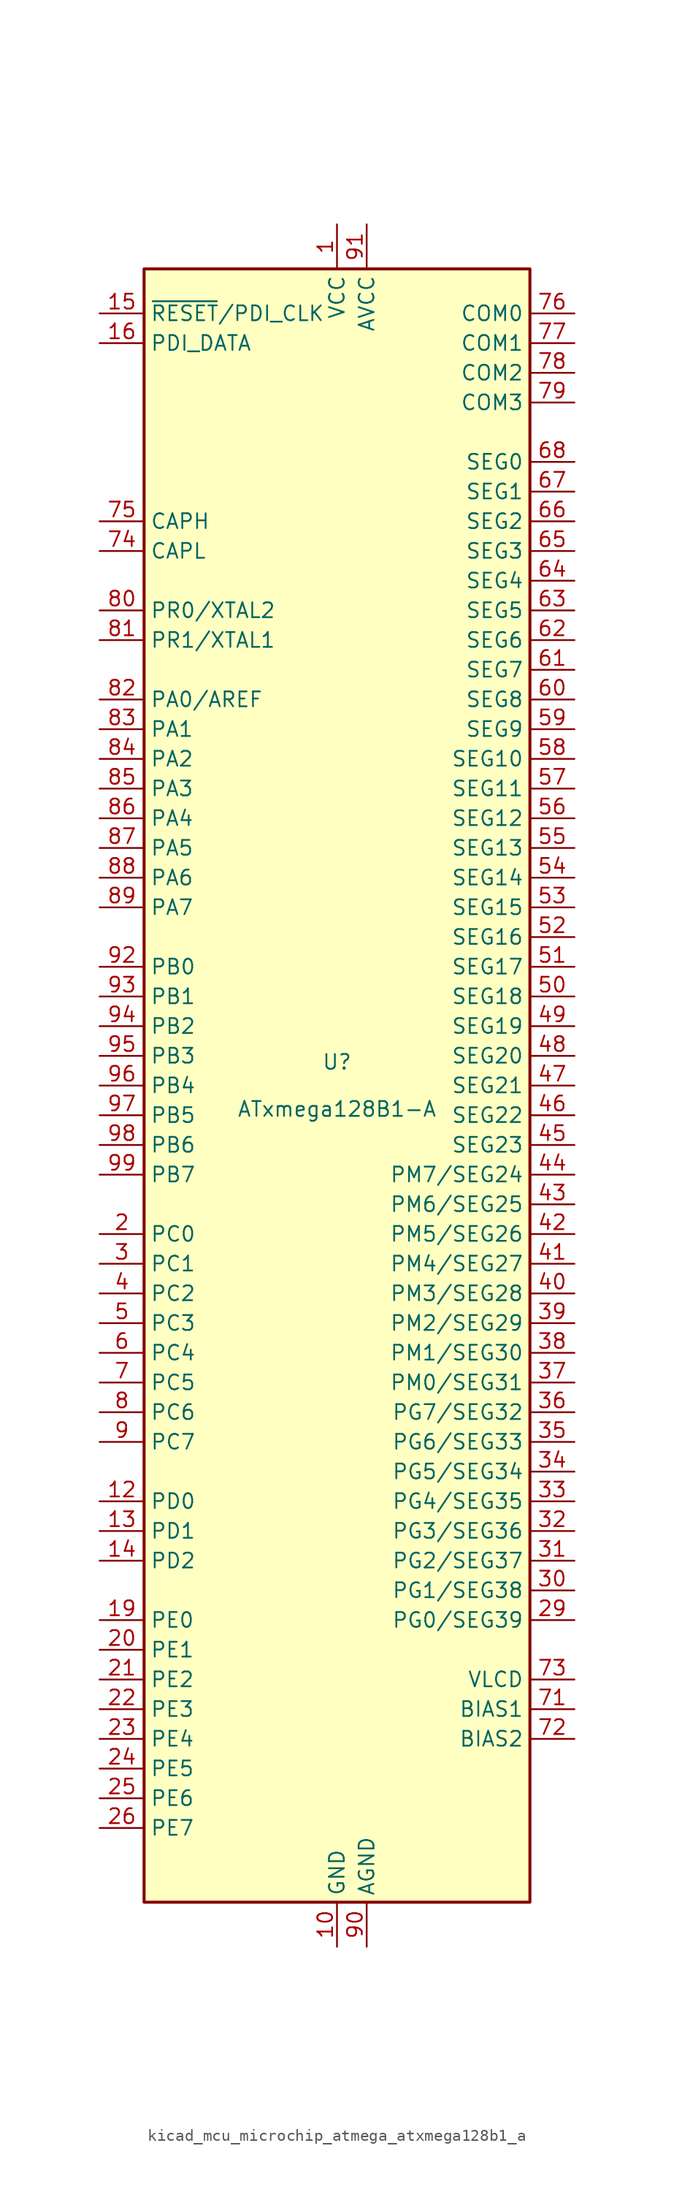
<source format=kicad_sym>
(kicad_symbol_lib
  (version 20220914)
  (generator kicad_symbol_editor)
  (symbol "kicad_mcu_microchip_atmega_atxmega128b1_a"
    (property "Reference" "U"
      (at 0 1.27 0)
      (effects (font (size 1.27 1.27)) (justify bottom)))
    (property "Value" "ATxmega128B1-A"
      (at 0 -1.27 0)
      (effects (font (size 1.27 1.27)) (justify top)))
    (symbol "kicad_mcu_microchip_atmega_atxmega128b1_a_0_1"
      (rectangle (start -16.51 -69.85) (end 16.51 69.85) (stroke (width 0.254) (type default)) (fill (type background))))
    (symbol "kicad_mcu_microchip_atmega_atxmega128b1_a_1_1"
      (pin power_in line (at 0 73.66 270) (length 3.81) (name "VCC" (effects (font (size 1.27 1.27)))) (number "1" (effects (font (size 1.27 1.27)))))
      (pin power_in line (at 0 -73.66 90) (length 3.81) (name "GND" (effects (font (size 1.27 1.27)))) (number "10" (effects (font (size 1.27 1.27)))))
      (pin passive line (at 0 -73.66 90) (length 3.81) hide (name "GND" (effects (font (size 1.27 1.27)))) (number "100" (effects (font (size 1.27 1.27)))))
      (pin passive line (at 0 73.66 270) (length 3.81) hide (name "VCC" (effects (font (size 1.27 1.27)))) (number "11" (effects (font (size 1.27 1.27)))))
      (pin bidirectional line (at -20.32 -35.56 0) (length 3.81) (name "PD0" (effects (font (size 1.27 1.27)))) (number "12" (effects (font (size 1.27 1.27)))))
      (pin bidirectional line (at -20.32 -38.1 0) (length 3.81) (name "PD1" (effects (font (size 1.27 1.27)))) (number "13" (effects (font (size 1.27 1.27)))))
      (pin bidirectional line (at -20.32 -40.64 0) (length 3.81) (name "PD2" (effects (font (size 1.27 1.27)))) (number "14" (effects (font (size 1.27 1.27)))))
      (pin input line (at -20.32 66.04 0) (length 3.81) (name "~{RESET}/PDI_CLK" (effects (font (size 1.27 1.27)))) (number "15" (effects (font (size 1.27 1.27)))))
      (pin bidirectional line (at -20.32 63.5 0) (length 3.81) (name "PDI_DATA" (effects (font (size 1.27 1.27)))) (number "16" (effects (font (size 1.27 1.27)))))
      (pin passive line (at 0 -73.66 90) (length 3.81) hide (name "GND" (effects (font (size 1.27 1.27)))) (number "17" (effects (font (size 1.27 1.27)))))
      (pin passive line (at 0 73.66 270) (length 3.81) hide (name "VCC" (effects (font (size 1.27 1.27)))) (number "18" (effects (font (size 1.27 1.27)))))
      (pin bidirectional line (at -20.32 -45.72 0) (length 3.81) (name "PE0" (effects (font (size 1.27 1.27)))) (number "19" (effects (font (size 1.27 1.27)))))
      (pin bidirectional line (at -20.32 -12.7 0) (length 3.81) (name "PC0" (effects (font (size 1.27 1.27)))) (number "2" (effects (font (size 1.27 1.27)))))
      (pin bidirectional line (at -20.32 -48.26 0) (length 3.81) (name "PE1" (effects (font (size 1.27 1.27)))) (number "20" (effects (font (size 1.27 1.27)))))
      (pin bidirectional line (at -20.32 -50.8 0) (length 3.81) (name "PE2" (effects (font (size 1.27 1.27)))) (number "21" (effects (font (size 1.27 1.27)))))
      (pin bidirectional line (at -20.32 -53.34 0) (length 3.81) (name "PE3" (effects (font (size 1.27 1.27)))) (number "22" (effects (font (size 1.27 1.27)))))
      (pin bidirectional line (at -20.32 -55.88 0) (length 3.81) (name "PE4" (effects (font (size 1.27 1.27)))) (number "23" (effects (font (size 1.27 1.27)))))
      (pin bidirectional line (at -20.32 -58.42 0) (length 3.81) (name "PE5" (effects (font (size 1.27 1.27)))) (number "24" (effects (font (size 1.27 1.27)))))
      (pin bidirectional line (at -20.32 -60.96 0) (length 3.81) (name "PE6" (effects (font (size 1.27 1.27)))) (number "25" (effects (font (size 1.27 1.27)))))
      (pin bidirectional line (at -20.32 -63.5 0) (length 3.81) (name "PE7" (effects (font (size 1.27 1.27)))) (number "26" (effects (font (size 1.27 1.27)))))
      (pin passive line (at 0 -73.66 90) (length 3.81) hide (name "GND" (effects (font (size 1.27 1.27)))) (number "27" (effects (font (size 1.27 1.27)))))
      (pin passive line (at 0 73.66 270) (length 3.81) hide (name "VCC" (effects (font (size 1.27 1.27)))) (number "28" (effects (font (size 1.27 1.27)))))
      (pin bidirectional line (at 20.32 -45.72 180) (length 3.81) (name "PG0/SEG39" (effects (font (size 1.27 1.27)))) (number "29" (effects (font (size 1.27 1.27)))))
      (pin bidirectional line (at -20.32 -15.24 0) (length 3.81) (name "PC1" (effects (font (size 1.27 1.27)))) (number "3" (effects (font (size 1.27 1.27)))))
      (pin bidirectional line (at 20.32 -43.18 180) (length 3.81) (name "PG1/SEG38" (effects (font (size 1.27 1.27)))) (number "30" (effects (font (size 1.27 1.27)))))
      (pin bidirectional line (at 20.32 -40.64 180) (length 3.81) (name "PG2/SEG37" (effects (font (size 1.27 1.27)))) (number "31" (effects (font (size 1.27 1.27)))))
      (pin bidirectional line (at 20.32 -38.1 180) (length 3.81) (name "PG3/SEG36" (effects (font (size 1.27 1.27)))) (number "32" (effects (font (size 1.27 1.27)))))
      (pin bidirectional line (at 20.32 -35.56 180) (length 3.81) (name "PG4/SEG35" (effects (font (size 1.27 1.27)))) (number "33" (effects (font (size 1.27 1.27)))))
      (pin bidirectional line (at 20.32 -33.02 180) (length 3.81) (name "PG5/SEG34" (effects (font (size 1.27 1.27)))) (number "34" (effects (font (size 1.27 1.27)))))
      (pin bidirectional line (at 20.32 -30.48 180) (length 3.81) (name "PG6/SEG33" (effects (font (size 1.27 1.27)))) (number "35" (effects (font (size 1.27 1.27)))))
      (pin bidirectional line (at 20.32 -27.94 180) (length 3.81) (name "PG7/SEG32" (effects (font (size 1.27 1.27)))) (number "36" (effects (font (size 1.27 1.27)))))
      (pin bidirectional line (at 20.32 -25.4 180) (length 3.81) (name "PM0/SEG31" (effects (font (size 1.27 1.27)))) (number "37" (effects (font (size 1.27 1.27)))))
      (pin bidirectional line (at 20.32 -22.86 180) (length 3.81) (name "PM1/SEG30" (effects (font (size 1.27 1.27)))) (number "38" (effects (font (size 1.27 1.27)))))
      (pin bidirectional line (at 20.32 -20.32 180) (length 3.81) (name "PM2/SEG29" (effects (font (size 1.27 1.27)))) (number "39" (effects (font (size 1.27 1.27)))))
      (pin bidirectional line (at -20.32 -17.78 0) (length 3.81) (name "PC2" (effects (font (size 1.27 1.27)))) (number "4" (effects (font (size 1.27 1.27)))))
      (pin bidirectional line (at 20.32 -17.78 180) (length 3.81) (name "PM3/SEG28" (effects (font (size 1.27 1.27)))) (number "40" (effects (font (size 1.27 1.27)))))
      (pin bidirectional line (at 20.32 -15.24 180) (length 3.81) (name "PM4/SEG27" (effects (font (size 1.27 1.27)))) (number "41" (effects (font (size 1.27 1.27)))))
      (pin bidirectional line (at 20.32 -12.7 180) (length 3.81) (name "PM5/SEG26" (effects (font (size 1.27 1.27)))) (number "42" (effects (font (size 1.27 1.27)))))
      (pin bidirectional line (at 20.32 -10.16 180) (length 3.81) (name "PM6/SEG25" (effects (font (size 1.27 1.27)))) (number "43" (effects (font (size 1.27 1.27)))))
      (pin bidirectional line (at 20.32 -7.62 180) (length 3.81) (name "PM7/SEG24" (effects (font (size 1.27 1.27)))) (number "44" (effects (font (size 1.27 1.27)))))
      (pin output line (at 20.32 -5.08 180) (length 3.81) (name "SEG23" (effects (font (size 1.27 1.27)))) (number "45" (effects (font (size 1.27 1.27)))))
      (pin output line (at 20.32 -2.54 180) (length 3.81) (name "SEG22" (effects (font (size 1.27 1.27)))) (number "46" (effects (font (size 1.27 1.27)))))
      (pin output line (at 20.32 0 180) (length 3.81) (name "SEG21" (effects (font (size 1.27 1.27)))) (number "47" (effects (font (size 1.27 1.27)))))
      (pin output line (at 20.32 2.54 180) (length 3.81) (name "SEG20" (effects (font (size 1.27 1.27)))) (number "48" (effects (font (size 1.27 1.27)))))
      (pin output line (at 20.32 5.08 180) (length 3.81) (name "SEG19" (effects (font (size 1.27 1.27)))) (number "49" (effects (font (size 1.27 1.27)))))
      (pin bidirectional line (at -20.32 -20.32 0) (length 3.81) (name "PC3" (effects (font (size 1.27 1.27)))) (number "5" (effects (font (size 1.27 1.27)))))
      (pin output line (at 20.32 7.62 180) (length 3.81) (name "SEG18" (effects (font (size 1.27 1.27)))) (number "50" (effects (font (size 1.27 1.27)))))
      (pin output line (at 20.32 10.16 180) (length 3.81) (name "SEG17" (effects (font (size 1.27 1.27)))) (number "51" (effects (font (size 1.27 1.27)))))
      (pin output line (at 20.32 12.7 180) (length 3.81) (name "SEG16" (effects (font (size 1.27 1.27)))) (number "52" (effects (font (size 1.27 1.27)))))
      (pin output line (at 20.32 15.24 180) (length 3.81) (name "SEG15" (effects (font (size 1.27 1.27)))) (number "53" (effects (font (size 1.27 1.27)))))
      (pin output line (at 20.32 17.78 180) (length 3.81) (name "SEG14" (effects (font (size 1.27 1.27)))) (number "54" (effects (font (size 1.27 1.27)))))
      (pin output line (at 20.32 20.32 180) (length 3.81) (name "SEG13" (effects (font (size 1.27 1.27)))) (number "55" (effects (font (size 1.27 1.27)))))
      (pin output line (at 20.32 22.86 180) (length 3.81) (name "SEG12" (effects (font (size 1.27 1.27)))) (number "56" (effects (font (size 1.27 1.27)))))
      (pin output line (at 20.32 25.4 180) (length 3.81) (name "SEG11" (effects (font (size 1.27 1.27)))) (number "57" (effects (font (size 1.27 1.27)))))
      (pin output line (at 20.32 27.94 180) (length 3.81) (name "SEG10" (effects (font (size 1.27 1.27)))) (number "58" (effects (font (size 1.27 1.27)))))
      (pin output line (at 20.32 30.48 180) (length 3.81) (name "SEG9" (effects (font (size 1.27 1.27)))) (number "59" (effects (font (size 1.27 1.27)))))
      (pin bidirectional line (at -20.32 -22.86 0) (length 3.81) (name "PC4" (effects (font (size 1.27 1.27)))) (number "6" (effects (font (size 1.27 1.27)))))
      (pin output line (at 20.32 33.02 180) (length 3.81) (name "SEG8" (effects (font (size 1.27 1.27)))) (number "60" (effects (font (size 1.27 1.27)))))
      (pin output line (at 20.32 35.56 180) (length 3.81) (name "SEG7" (effects (font (size 1.27 1.27)))) (number "61" (effects (font (size 1.27 1.27)))))
      (pin output line (at 20.32 38.1 180) (length 3.81) (name "SEG6" (effects (font (size 1.27 1.27)))) (number "62" (effects (font (size 1.27 1.27)))))
      (pin output line (at 20.32 40.64 180) (length 3.81) (name "SEG5" (effects (font (size 1.27 1.27)))) (number "63" (effects (font (size 1.27 1.27)))))
      (pin output line (at 20.32 43.18 180) (length 3.81) (name "SEG4" (effects (font (size 1.27 1.27)))) (number "64" (effects (font (size 1.27 1.27)))))
      (pin output line (at 20.32 45.72 180) (length 3.81) (name "SEG3" (effects (font (size 1.27 1.27)))) (number "65" (effects (font (size 1.27 1.27)))))
      (pin output line (at 20.32 48.26 180) (length 3.81) (name "SEG2" (effects (font (size 1.27 1.27)))) (number "66" (effects (font (size 1.27 1.27)))))
      (pin output line (at 20.32 50.8 180) (length 3.81) (name "SEG1" (effects (font (size 1.27 1.27)))) (number "67" (effects (font (size 1.27 1.27)))))
      (pin output line (at 20.32 53.34 180) (length 3.81) (name "SEG0" (effects (font (size 1.27 1.27)))) (number "68" (effects (font (size 1.27 1.27)))))
      (pin passive line (at 0 -73.66 90) (length 3.81) hide (name "GND" (effects (font (size 1.27 1.27)))) (number "69" (effects (font (size 1.27 1.27)))))
      (pin bidirectional line (at -20.32 -25.4 0) (length 3.81) (name "PC5" (effects (font (size 1.27 1.27)))) (number "7" (effects (font (size 1.27 1.27)))))
      (pin passive line (at 0 73.66 270) (length 3.81) hide (name "VCC" (effects (font (size 1.27 1.27)))) (number "70" (effects (font (size 1.27 1.27)))))
      (pin power_out line (at 20.32 -53.34 180) (length 3.81) (name "BIAS1" (effects (font (size 1.27 1.27)))) (number "71" (effects (font (size 1.27 1.27)))))
      (pin power_out line (at 20.32 -55.88 180) (length 3.81) (name "BIAS2" (effects (font (size 1.27 1.27)))) (number "72" (effects (font (size 1.27 1.27)))))
      (pin power_out line (at 20.32 -50.8 180) (length 3.81) (name "VLCD" (effects (font (size 1.27 1.27)))) (number "73" (effects (font (size 1.27 1.27)))))
      (pin passive line (at -20.32 45.72 0) (length 3.81) (name "CAPL" (effects (font (size 1.27 1.27)))) (number "74" (effects (font (size 1.27 1.27)))))
      (pin passive line (at -20.32 48.26 0) (length 3.81) (name "CAPH" (effects (font (size 1.27 1.27)))) (number "75" (effects (font (size 1.27 1.27)))))
      (pin output line (at 20.32 66.04 180) (length 3.81) (name "COM0" (effects (font (size 1.27 1.27)))) (number "76" (effects (font (size 1.27 1.27)))))
      (pin output line (at 20.32 63.5 180) (length 3.81) (name "COM1" (effects (font (size 1.27 1.27)))) (number "77" (effects (font (size 1.27 1.27)))))
      (pin output line (at 20.32 60.96 180) (length 3.81) (name "COM2" (effects (font (size 1.27 1.27)))) (number "78" (effects (font (size 1.27 1.27)))))
      (pin output line (at 20.32 58.42 180) (length 3.81) (name "COM3" (effects (font (size 1.27 1.27)))) (number "79" (effects (font (size 1.27 1.27)))))
      (pin bidirectional line (at -20.32 -27.94 0) (length 3.81) (name "PC6" (effects (font (size 1.27 1.27)))) (number "8" (effects (font (size 1.27 1.27)))))
      (pin bidirectional line (at -20.32 40.64 0) (length 3.81) (name "PR0/XTAL2" (effects (font (size 1.27 1.27)))) (number "80" (effects (font (size 1.27 1.27)))))
      (pin bidirectional line (at -20.32 38.1 0) (length 3.81) (name "PR1/XTAL1" (effects (font (size 1.27 1.27)))) (number "81" (effects (font (size 1.27 1.27)))))
      (pin bidirectional line (at -20.32 33.02 0) (length 3.81) (name "PA0/AREF" (effects (font (size 1.27 1.27)))) (number "82" (effects (font (size 1.27 1.27)))))
      (pin bidirectional line (at -20.32 30.48 0) (length 3.81) (name "PA1" (effects (font (size 1.27 1.27)))) (number "83" (effects (font (size 1.27 1.27)))))
      (pin bidirectional line (at -20.32 27.94 0) (length 3.81) (name "PA2" (effects (font (size 1.27 1.27)))) (number "84" (effects (font (size 1.27 1.27)))))
      (pin bidirectional line (at -20.32 25.4 0) (length 3.81) (name "PA3" (effects (font (size 1.27 1.27)))) (number "85" (effects (font (size 1.27 1.27)))))
      (pin bidirectional line (at -20.32 22.86 0) (length 3.81) (name "PA4" (effects (font (size 1.27 1.27)))) (number "86" (effects (font (size 1.27 1.27)))))
      (pin bidirectional line (at -20.32 20.32 0) (length 3.81) (name "PA5" (effects (font (size 1.27 1.27)))) (number "87" (effects (font (size 1.27 1.27)))))
      (pin bidirectional line (at -20.32 17.78 0) (length 3.81) (name "PA6" (effects (font (size 1.27 1.27)))) (number "88" (effects (font (size 1.27 1.27)))))
      (pin bidirectional line (at -20.32 15.24 0) (length 3.81) (name "PA7" (effects (font (size 1.27 1.27)))) (number "89" (effects (font (size 1.27 1.27)))))
      (pin bidirectional line (at -20.32 -30.48 0) (length 3.81) (name "PC7" (effects (font (size 1.27 1.27)))) (number "9" (effects (font (size 1.27 1.27)))))
      (pin power_in line (at 2.54 -73.66 90) (length 3.81) (name "AGND" (effects (font (size 1.27 1.27)))) (number "90" (effects (font (size 1.27 1.27)))))
      (pin power_in line (at 2.54 73.66 270) (length 3.81) (name "AVCC" (effects (font (size 1.27 1.27)))) (number "91" (effects (font (size 1.27 1.27)))))
      (pin bidirectional line (at -20.32 10.16 0) (length 3.81) (name "PB0" (effects (font (size 1.27 1.27)))) (number "92" (effects (font (size 1.27 1.27)))))
      (pin bidirectional line (at -20.32 7.62 0) (length 3.81) (name "PB1" (effects (font (size 1.27 1.27)))) (number "93" (effects (font (size 1.27 1.27)))))
      (pin bidirectional line (at -20.32 5.08 0) (length 3.81) (name "PB2" (effects (font (size 1.27 1.27)))) (number "94" (effects (font (size 1.27 1.27)))))
      (pin bidirectional line (at -20.32 2.54 0) (length 3.81) (name "PB3" (effects (font (size 1.27 1.27)))) (number "95" (effects (font (size 1.27 1.27)))))
      (pin bidirectional line (at -20.32 0 0) (length 3.81) (name "PB4" (effects (font (size 1.27 1.27)))) (number "96" (effects (font (size 1.27 1.27)))))
      (pin bidirectional line (at -20.32 -2.54 0) (length 3.81) (name "PB5" (effects (font (size 1.27 1.27)))) (number "97" (effects (font (size 1.27 1.27)))))
      (pin bidirectional line (at -20.32 -5.08 0) (length 3.81) (name "PB6" (effects (font (size 1.27 1.27)))) (number "98" (effects (font (size 1.27 1.27)))))
      (pin bidirectional line (at -20.32 -7.62 0) (length 3.81) (name "PB7" (effects (font (size 1.27 1.27)))) (number "99" (effects (font (size 1.27 1.27))))))))
</source>
